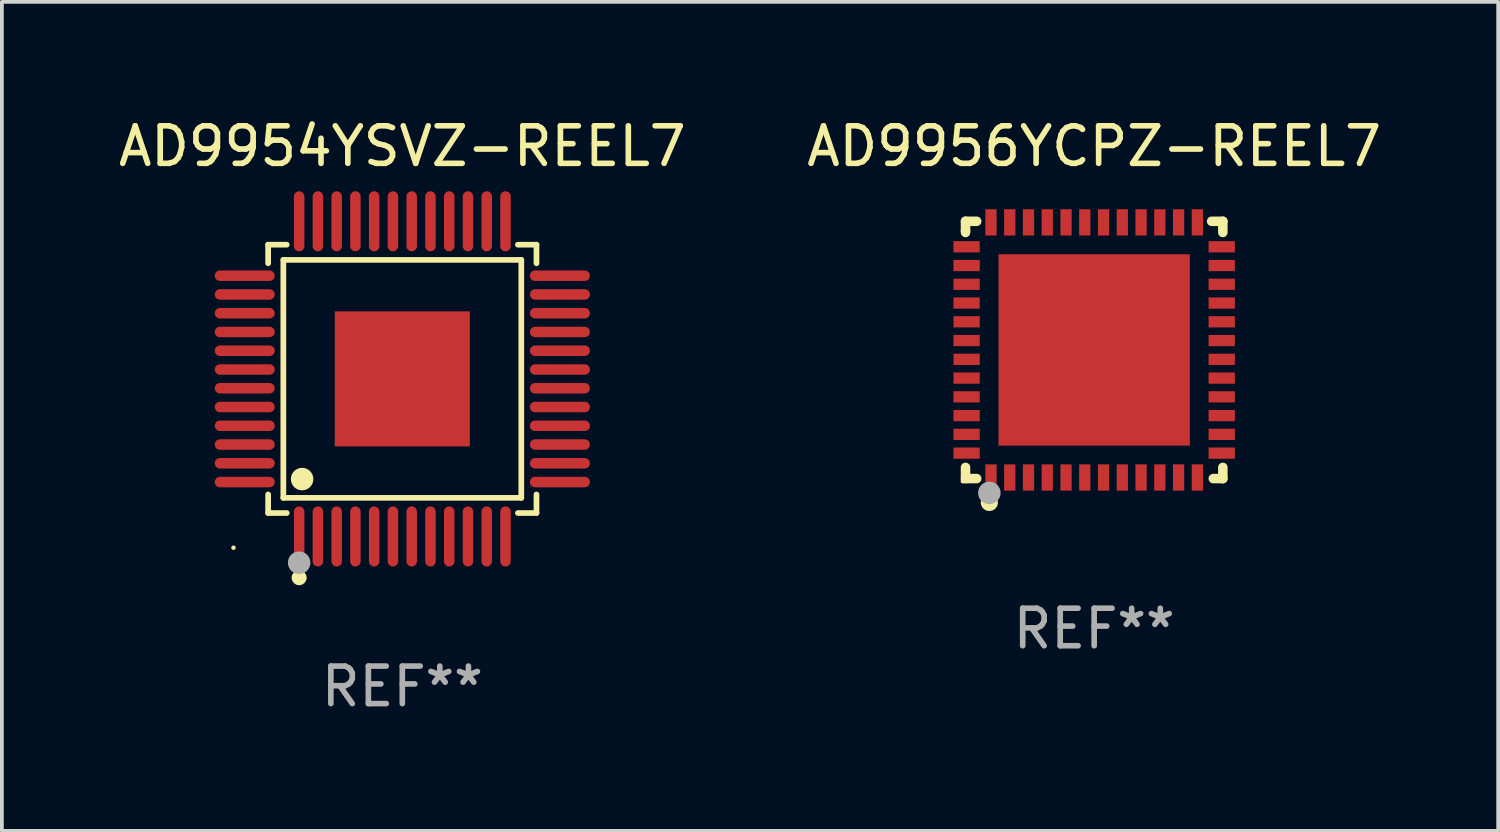
<source format=kicad_pcb>
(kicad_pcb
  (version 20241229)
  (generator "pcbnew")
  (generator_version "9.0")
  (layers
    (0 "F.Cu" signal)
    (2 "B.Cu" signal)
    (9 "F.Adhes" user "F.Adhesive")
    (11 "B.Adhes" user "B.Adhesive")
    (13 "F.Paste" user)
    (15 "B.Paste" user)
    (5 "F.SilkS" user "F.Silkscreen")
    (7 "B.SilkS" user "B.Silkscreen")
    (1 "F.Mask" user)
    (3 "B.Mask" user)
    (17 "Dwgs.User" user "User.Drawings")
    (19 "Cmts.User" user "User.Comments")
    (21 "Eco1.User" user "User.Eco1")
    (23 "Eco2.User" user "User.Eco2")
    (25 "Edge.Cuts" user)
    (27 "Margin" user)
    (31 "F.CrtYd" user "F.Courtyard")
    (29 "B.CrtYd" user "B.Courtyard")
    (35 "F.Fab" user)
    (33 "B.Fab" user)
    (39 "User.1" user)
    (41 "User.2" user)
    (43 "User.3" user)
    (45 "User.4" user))
  (footprint "AD9954YSVZ-REEL7"
    (layer "F.Cu")
    (at 7.673 7.048)
    (property "Reference" "AD9954YSVZ-REEL7" (at 0 -6.2 0) (layer "F.SilkS") (effects (font (size 1 1) (thickness 0.15))))
    (attr through_hole)
    (fp_line (start -3.576 -3.576) (end -3.081 -3.576) (stroke (width 0.152) (type solid)) (layer "F.SilkS"))
    (fp_line (start -3.576 -3.081) (end -3.576 -3.576) (stroke (width 0.152) (type solid)) (layer "F.SilkS"))
    (fp_line (start -3.576 3.081) (end -3.576 3.576) (stroke (width 0.152) (type solid)) (layer "F.SilkS"))
    (fp_line (start -3.576 3.576) (end -3.081 3.576) (stroke (width 0.152) (type solid)) (layer "F.SilkS"))
    (fp_line (start -3.171 -3.171) (end 3.171 -3.171) (stroke (width 0.152) (type solid)) (layer "F.SilkS"))
    (fp_line (start -3.171 3.171) (end -3.171 -3.171) (stroke (width 0.152) (type solid)) (layer "F.SilkS"))
    (fp_line (start 3.171 -3.171) (end 3.171 3.171) (stroke (width 0.152) (type solid)) (layer "F.SilkS"))
    (fp_line (start 3.171 3.171) (end -3.171 3.171) (stroke (width 0.152) (type solid)) (layer "F.SilkS"))
    (fp_line (start 3.576 -3.576) (end 3.081 -3.576) (stroke (width 0.152) (type solid)) (layer "F.SilkS"))
    (fp_line (start 3.576 -3.081) (end 3.576 -3.576) (stroke (width 0.152) (type solid)) (layer "F.SilkS"))
    (fp_line (start 3.576 3.081) (end 3.576 3.576) (stroke (width 0.152) (type solid)) (layer "F.SilkS"))
    (fp_line (start 3.576 3.576) (end 3.081 3.576) (stroke (width 0.152) (type solid)) (layer "F.SilkS"))
    (fp_circle (center -4.5 4.5) (end -4.47 4.5) (stroke (width 0.06) (type solid)) (fill no) (layer "F.SilkS"))
    (fp_circle (center -2.75 5.3) (end -2.65 5.3) (stroke (width 0.2) (type solid)) (fill no) (layer "F.SilkS"))
    (fp_circle (center -2.671 2.671) (end -2.521 2.671) (stroke (width 0.3) (type solid)) (fill no) (layer "F.SilkS"))
    (fp_circle (center -2.75 4.9) (end -2.6 4.9) (stroke (width 0.3) (type solid)) (fill no) (layer "F.Fab"))
    (fp_text user "REF**" (at 0 8.2 0) (layer "F.Fab") (effects (font (size 1 1) (thickness 0.15))))
    (pad "1" smd oval (at -2.75 4.2) (size 0.28 1.6) (layers "F.Cu" "F.Mask" "F.Paste"))
    (pad "2" smd oval (at -2.25 4.2) (size 0.28 1.6) (layers "F.Cu" "F.Mask" "F.Paste"))
    (pad "3" smd oval (at -1.75 4.2) (size 0.28 1.6) (layers "F.Cu" "F.Mask" "F.Paste"))
    (pad "4" smd oval (at -1.25 4.2) (size 0.28 1.6) (layers "F.Cu" "F.Mask" "F.Paste"))
    (pad "5" smd oval (at -0.75 4.2) (size 0.28 1.6) (layers "F.Cu" "F.Mask" "F.Paste"))
    (pad "6" smd oval (at -0.25 4.2) (size 0.28 1.6) (layers "F.Cu" "F.Mask" "F.Paste"))
    (pad "7" smd oval (at 0.25 4.2) (size 0.28 1.6) (layers "F.Cu" "F.Mask" "F.Paste"))
    (pad "8" smd oval (at 0.75 4.2) (size 0.28 1.6) (layers "F.Cu" "F.Mask" "F.Paste"))
    (pad "9" smd oval (at 1.25 4.2) (size 0.28 1.6) (layers "F.Cu" "F.Mask" "F.Paste"))
    (pad "10" smd oval (at 1.75 4.2) (size 0.28 1.6) (layers "F.Cu" "F.Mask" "F.Paste"))
    (pad "11" smd oval (at 2.25 4.2) (size 0.28 1.6) (layers "F.Cu" "F.Mask" "F.Paste"))
    (pad "12" smd oval (at 2.75 4.2) (size 0.28 1.6) (layers "F.Cu" "F.Mask" "F.Paste"))
    (pad "13" smd oval (at 4.2 2.75) (size 1.6 0.28) (layers "F.Cu" "F.Mask" "F.Paste"))
    (pad "14" smd oval (at 4.2 2.25) (size 1.6 0.28) (layers "F.Cu" "F.Mask" "F.Paste"))
    (pad "15" smd oval (at 4.2 1.75) (size 1.6 0.28) (layers "F.Cu" "F.Mask" "F.Paste"))
    (pad "16" smd oval (at 4.2 1.25) (size 1.6 0.28) (layers "F.Cu" "F.Mask" "F.Paste"))
    (pad "17" smd oval (at 4.2 0.75) (size 1.6 0.28) (layers "F.Cu" "F.Mask" "F.Paste"))
    (pad "18" smd oval (at 4.2 0.25) (size 1.6 0.28) (layers "F.Cu" "F.Mask" "F.Paste"))
    (pad "19" smd oval (at 4.2 -0.25) (size 1.6 0.28) (layers "F.Cu" "F.Mask" "F.Paste"))
    (pad "20" smd oval (at 4.2 -0.75) (size 1.6 0.28) (layers "F.Cu" "F.Mask" "F.Paste"))
    (pad "21" smd oval (at 4.2 -1.25) (size 1.6 0.28) (layers "F.Cu" "F.Mask" "F.Paste"))
    (pad "22" smd oval (at 4.2 -1.75) (size 1.6 0.28) (layers "F.Cu" "F.Mask" "F.Paste"))
    (pad "23" smd oval (at 4.2 -2.25) (size 1.6 0.28) (layers "F.Cu" "F.Mask" "F.Paste"))
    (pad "24" smd oval (at 4.2 -2.75) (size 1.6 0.28) (layers "F.Cu" "F.Mask" "F.Paste"))
    (pad "25" smd oval (at 2.75 -4.2) (size 0.28 1.6) (layers "F.Cu" "F.Mask" "F.Paste"))
    (pad "26" smd oval (at 2.25 -4.2) (size 0.28 1.6) (layers "F.Cu" "F.Mask" "F.Paste"))
    (pad "27" smd oval (at 1.75 -4.2) (size 0.28 1.6) (layers "F.Cu" "F.Mask" "F.Paste"))
    (pad "28" smd oval (at 1.25 -4.2) (size 0.28 1.6) (layers "F.Cu" "F.Mask" "F.Paste"))
    (pad "29" smd oval (at 0.75 -4.2) (size 0.28 1.6) (layers "F.Cu" "F.Mask" "F.Paste"))
    (pad "30" smd oval (at 0.25 -4.2) (size 0.28 1.6) (layers "F.Cu" "F.Mask" "F.Paste"))
    (pad "31" smd oval (at -0.25 -4.2) (size 0.28 1.6) (layers "F.Cu" "F.Mask" "F.Paste"))
    (pad "32" smd oval (at -0.75 -4.2) (size 0.28 1.6) (layers "F.Cu" "F.Mask" "F.Paste"))
    (pad "33" smd oval (at -1.25 -4.2) (size 0.28 1.6) (layers "F.Cu" "F.Mask" "F.Paste"))
    (pad "34" smd oval (at -1.75 -4.2) (size 0.28 1.6) (layers "F.Cu" "F.Mask" "F.Paste"))
    (pad "35" smd oval (at -2.25 -4.2) (size 0.28 1.6) (layers "F.Cu" "F.Mask" "F.Paste"))
    (pad "36" smd oval (at -2.75 -4.2) (size 0.28 1.6) (layers "F.Cu" "F.Mask" "F.Paste"))
    (pad "37" smd oval (at -4.2 -2.75) (size 1.6 0.28) (layers "F.Cu" "F.Mask" "F.Paste"))
    (pad "38" smd oval (at -4.2 -2.25) (size 1.6 0.28) (layers "F.Cu" "F.Mask" "F.Paste"))
    (pad "39" smd oval (at -4.2 -1.75) (size 1.6 0.28) (layers "F.Cu" "F.Mask" "F.Paste"))
    (pad "40" smd oval (at -4.2 -1.25) (size 1.6 0.28) (layers "F.Cu" "F.Mask" "F.Paste"))
    (pad "41" smd oval (at -4.2 -0.75) (size 1.6 0.28) (layers "F.Cu" "F.Mask" "F.Paste"))
    (pad "42" smd oval (at -4.2 -0.25) (size 1.6 0.28) (layers "F.Cu" "F.Mask" "F.Paste"))
    (pad "43" smd oval (at -4.2 0.25) (size 1.6 0.28) (layers "F.Cu" "F.Mask" "F.Paste"))
    (pad "44" smd oval (at -4.2 0.75) (size 1.6 0.28) (layers "F.Cu" "F.Mask" "F.Paste"))
    (pad "45" smd oval (at -4.2 1.25) (size 1.6 0.28) (layers "F.Cu" "F.Mask" "F.Paste"))
    (pad "46" smd oval (at -4.2 1.75) (size 1.6 0.28) (layers "F.Cu" "F.Mask" "F.Paste"))
    (pad "47" smd oval (at -4.2 2.25) (size 1.6 0.28) (layers "F.Cu" "F.Mask" "F.Paste"))
    (pad "48" smd oval (at -4.2 2.75) (size 1.6 0.28) (layers "F.Cu" "F.Mask" "F.Paste"))
    (pad "49" smd rect (at 0 0) (size 3.6 3.6) (layers "F.Cu" "F.Mask" "F.Paste")))
  (footprint "AD9956YCPZ-REEL7"
    (layer "F.Cu")
    (at 26.113 6.277)
    (property "Reference" "AD9956YCPZ-REEL7" (at 0 -5.429 0) (layer "F.SilkS") (effects (font (size 1 1) (thickness 0.15))))
    (attr through_hole)
    (fp_line (start -3.429 -3.429) (end -3.429 -3.175) (stroke (width 0.254) (type solid)) (layer "F.SilkS"))
    (fp_line (start -3.429 -3.175) (end -3.429 -3.131) (stroke (width 0.254) (type solid)) (layer "F.SilkS"))
    (fp_line (start -3.429 3.131) (end -3.429 3.429) (stroke (width 0.254) (type solid)) (layer "F.SilkS"))
    (fp_line (start -3.429 3.429) (end -3.131 3.429) (stroke (width 0.254) (type solid)) (layer "F.SilkS"))
    (fp_line (start -3.131 -3.429) (end -3.429 -3.429) (stroke (width 0.254) (type solid)) (layer "F.SilkS"))
    (fp_line (start 3.131 -3.429) (end 3.429 -3.429) (stroke (width 0.254) (type solid)) (layer "F.SilkS"))
    (fp_line (start 3.429 -3.429) (end 3.429 -3.131) (stroke (width 0.254) (type solid)) (layer "F.SilkS"))
    (fp_line (start 3.429 3.131) (end 3.429 3.429) (stroke (width 0.254) (type solid)) (layer "F.SilkS"))
    (fp_line (start 3.429 3.429) (end 3.175 3.429) (stroke (width 0.254) (type solid)) (layer "F.SilkS"))
    (fp_circle (center -3.5 3.5) (end -3.47 3.5) (stroke (width 0.06) (type solid)) (fill no) (layer "F.SilkS"))
    (fp_circle (center -2.794 4.064) (end -2.667 4.064) (stroke (width 0.204) (type solid)) (fill no) (layer "F.SilkS"))
    (fp_circle (center -2.794 3.81) (end -2.644 3.81) (stroke (width 0.3) (type solid)) (fill no) (layer "F.Fab"))
    (fp_text user "REF**" (at 0 7.429 0) (layer "F.Fab") (effects (font (size 1 1) (thickness 0.15))))
    (pad "1" smd rect (at -2.75 3.4) (size 0.3 0.7) (layers "F.Cu" "F.Mask" "F.Paste"))
    (pad "2" smd rect (at -2.25 3.4) (size 0.3 0.7) (layers "F.Cu" "F.Mask" "F.Paste"))
    (pad "3" smd rect (at -1.75 3.4) (size 0.3 0.7) (layers "F.Cu" "F.Mask" "F.Paste"))
    (pad "4" smd rect (at -1.25 3.4) (size 0.3 0.7) (layers "F.Cu" "F.Mask" "F.Paste"))
    (pad "5" smd rect (at -0.75 3.4) (size 0.3 0.7) (layers "F.Cu" "F.Mask" "F.Paste"))
    (pad "6" smd rect (at -0.25 3.4) (size 0.3 0.7) (layers "F.Cu" "F.Mask" "F.Paste"))
    (pad "7" smd rect (at 0.25 3.4) (size 0.3 0.7) (layers "F.Cu" "F.Mask" "F.Paste"))
    (pad "8" smd rect (at 0.75 3.4) (size 0.3 0.7) (layers "F.Cu" "F.Mask" "F.Paste"))
    (pad "9" smd rect (at 1.25 3.4) (size 0.3 0.7) (layers "F.Cu" "F.Mask" "F.Paste"))
    (pad "10" smd rect (at 1.75 3.4) (size 0.3 0.7) (layers "F.Cu" "F.Mask" "F.Paste"))
    (pad "11" smd rect (at 2.25 3.4) (size 0.3 0.7) (layers "F.Cu" "F.Mask" "F.Paste"))
    (pad "12" smd rect (at 2.75 3.4) (size 0.3 0.7) (layers "F.Cu" "F.Mask" "F.Paste"))
    (pad "13" smd rect (at 3.4 2.75) (size 0.7 0.3) (layers "F.Cu" "F.Mask" "F.Paste"))
    (pad "14" smd rect (at 3.4 2.25) (size 0.7 0.3) (layers "F.Cu" "F.Mask" "F.Paste"))
    (pad "15" smd rect (at 3.4 1.75) (size 0.7 0.3) (layers "F.Cu" "F.Mask" "F.Paste"))
    (pad "16" smd rect (at 3.4 1.25) (size 0.7 0.3) (layers "F.Cu" "F.Mask" "F.Paste"))
    (pad "17" smd rect (at 3.4 0.75) (size 0.7 0.3) (layers "F.Cu" "F.Mask" "F.Paste"))
    (pad "18" smd rect (at 3.4 0.25) (size 0.7 0.3) (layers "F.Cu" "F.Mask" "F.Paste"))
    (pad "19" smd rect (at 3.4 -0.25) (size 0.7 0.3) (layers "F.Cu" "F.Mask" "F.Paste"))
    (pad "20" smd rect (at 3.4 -0.75) (size 0.7 0.3) (layers "F.Cu" "F.Mask" "F.Paste"))
    (pad "21" smd rect (at 3.4 -1.25) (size 0.7 0.3) (layers "F.Cu" "F.Mask" "F.Paste"))
    (pad "22" smd rect (at 3.4 -1.75) (size 0.7 0.3) (layers "F.Cu" "F.Mask" "F.Paste"))
    (pad "23" smd rect (at 3.4 -2.25) (size 0.7 0.3) (layers "F.Cu" "F.Mask" "F.Paste"))
    (pad "24" smd rect (at 3.4 -2.75) (size 0.7 0.3) (layers "F.Cu" "F.Mask" "F.Paste"))
    (pad "25" smd rect (at 2.75 -3.4) (size 0.3 0.7) (layers "F.Cu" "F.Mask" "F.Paste"))
    (pad "26" smd rect (at 2.25 -3.4) (size 0.3 0.7) (layers "F.Cu" "F.Mask" "F.Paste"))
    (pad "27" smd rect (at 1.75 -3.4) (size 0.3 0.7) (layers "F.Cu" "F.Mask" "F.Paste"))
    (pad "28" smd rect (at 1.25 -3.4) (size 0.3 0.7) (layers "F.Cu" "F.Mask" "F.Paste"))
    (pad "29" smd rect (at 0.75 -3.4) (size 0.3 0.7) (layers "F.Cu" "F.Mask" "F.Paste"))
    (pad "30" smd rect (at 0.25 -3.4) (size 0.3 0.7) (layers "F.Cu" "F.Mask" "F.Paste"))
    (pad "31" smd rect (at -0.25 -3.4) (size 0.3 0.7) (layers "F.Cu" "F.Mask" "F.Paste"))
    (pad "32" smd rect (at -0.75 -3.4) (size 0.3 0.7) (layers "F.Cu" "F.Mask" "F.Paste"))
    (pad "33" smd rect (at -1.25 -3.4) (size 0.3 0.7) (layers "F.Cu" "F.Mask" "F.Paste"))
    (pad "34" smd rect (at -1.75 -3.4) (size 0.3 0.7) (layers "F.Cu" "F.Mask" "F.Paste"))
    (pad "35" smd rect (at -2.25 -3.4) (size 0.3 0.7) (layers "F.Cu" "F.Mask" "F.Paste"))
    (pad "36" smd rect (at -2.75 -3.4) (size 0.3 0.7) (layers "F.Cu" "F.Mask" "F.Paste"))
    (pad "37" smd rect (at -3.4 -2.75) (size 0.7 0.3) (layers "F.Cu" "F.Mask" "F.Paste"))
    (pad "38" smd rect (at -3.4 -2.25) (size 0.7 0.3) (layers "F.Cu" "F.Mask" "F.Paste"))
    (pad "39" smd rect (at -3.4 -1.75) (size 0.7 0.3) (layers "F.Cu" "F.Mask" "F.Paste"))
    (pad "40" smd rect (at -3.4 -1.25) (size 0.7 0.3) (layers "F.Cu" "F.Mask" "F.Paste"))
    (pad "41" smd rect (at -3.4 -0.75) (size 0.7 0.3) (layers "F.Cu" "F.Mask" "F.Paste"))
    (pad "42" smd rect (at -3.4 -0.25) (size 0.7 0.3) (layers "F.Cu" "F.Mask" "F.Paste"))
    (pad "43" smd rect (at -3.4 0.25) (size 0.7 0.3) (layers "F.Cu" "F.Mask" "F.Paste"))
    (pad "44" smd rect (at -3.4 0.75) (size 0.7 0.3) (layers "F.Cu" "F.Mask" "F.Paste"))
    (pad "45" smd rect (at -3.4 1.25) (size 0.7 0.3) (layers "F.Cu" "F.Mask" "F.Paste"))
    (pad "46" smd rect (at -3.4 1.75) (size 0.7 0.3) (layers "F.Cu" "F.Mask" "F.Paste"))
    (pad "47" smd rect (at -3.4 2.25) (size 0.7 0.3) (layers "F.Cu" "F.Mask" "F.Paste"))
    (pad "48" smd rect (at -3.4 2.75) (size 0.7 0.3) (layers "F.Cu" "F.Mask" "F.Paste"))
    (pad "49" smd rect (at 0 0) (size 5.1 5.1) (layers "F.Cu" "F.Mask" "F.Paste")))
  (gr_rect
    (start -3 -3)
    (end 36.881 19.096)
    (stroke (width 0.1) (type default))
    (fill no)
    (layer "Edge.Cuts")))
</source>
